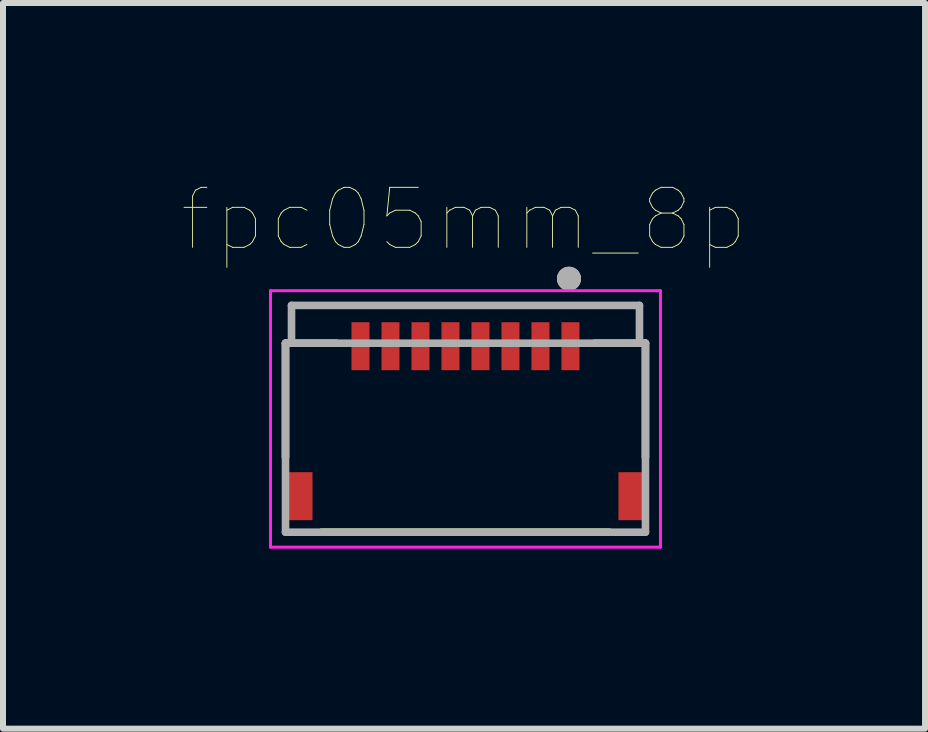
<source format=kicad_pcb>
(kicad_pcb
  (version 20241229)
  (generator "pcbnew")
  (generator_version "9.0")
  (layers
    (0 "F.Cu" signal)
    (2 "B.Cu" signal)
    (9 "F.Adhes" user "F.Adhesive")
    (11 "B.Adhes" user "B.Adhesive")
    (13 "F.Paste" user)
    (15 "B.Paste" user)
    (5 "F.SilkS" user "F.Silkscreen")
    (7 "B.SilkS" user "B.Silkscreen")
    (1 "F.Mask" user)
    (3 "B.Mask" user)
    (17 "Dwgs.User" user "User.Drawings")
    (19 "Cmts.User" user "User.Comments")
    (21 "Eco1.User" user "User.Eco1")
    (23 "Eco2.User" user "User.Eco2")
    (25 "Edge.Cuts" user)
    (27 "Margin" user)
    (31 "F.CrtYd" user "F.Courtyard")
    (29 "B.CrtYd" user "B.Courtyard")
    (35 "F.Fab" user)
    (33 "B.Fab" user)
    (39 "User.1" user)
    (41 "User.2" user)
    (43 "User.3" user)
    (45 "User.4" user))
  (footprint "fpc05mm_8p"
    (layer "F.Cu")
    (at 6.459 2.721)
    (property "Reference" "fpc05mm_8p" (at -1.775 -2.11 0) (layer "F.SilkS") (effects (font (size 1 1) (thickness 0.015))))
    (attr through_hole)
    (fp_line (start -4.75 -0.05) (end -4.75 1.85) (stroke (width 0.127) (type solid)) (layer "F.SilkS"))
    (fp_line (start -4.15 3.1) (end 0.65 3.1) (stroke (width 0.127) (type solid)) (layer "F.SilkS"))
    (fp_line (start -3.9 -0.05) (end -4.75 -0.05) (stroke (width 0.127) (type solid)) (layer "F.SilkS"))
    (fp_line (start 0.4 -0.05) (end 1.25 -0.05) (stroke (width 0.127) (type solid)) (layer "F.SilkS"))
    (fp_line (start 1.25 -0.05) (end 1.25 1.85) (stroke (width 0.127) (type solid)) (layer "F.SilkS"))
    (fp_circle (center -0.025 -1.125) (end 0.075 -1.125) (stroke (width 0.2) (type solid)) (fill no) (layer "F.SilkS"))
    (fp_line (start -5 -0.925) (end 1.5 -0.925) (stroke (width 0.05) (type solid)) (layer "F.CrtYd"))
    (fp_line (start -5 3.35) (end -5 -0.925) (stroke (width 0.05) (type solid)) (layer "F.CrtYd"))
    (fp_line (start 1.5 -0.925) (end 1.5 3.35) (stroke (width 0.05) (type solid)) (layer "F.CrtYd"))
    (fp_line (start 1.5 3.35) (end -5 3.35) (stroke (width 0.05) (type solid)) (layer "F.CrtYd"))
    (fp_line (start -4.75 -0.05) (end -4.65 -0.05) (stroke (width 0.127) (type solid)) (layer "F.Fab"))
    (fp_line (start -4.75 3.1) (end -4.75 -0.05) (stroke (width 0.127) (type solid)) (layer "F.Fab"))
    (fp_line (start -4.65 -0.68) (end 1.15 -0.68) (stroke (width 0.127) (type solid)) (layer "F.Fab"))
    (fp_line (start -4.65 -0.05) (end -4.65 -0.68) (stroke (width 0.127) (type solid)) (layer "F.Fab"))
    (fp_line (start -4.65 -0.05) (end 1.15 -0.05) (stroke (width 0.127) (type solid)) (layer "F.Fab"))
    (fp_line (start 1.15 -0.68) (end 1.15 -0.05) (stroke (width 0.127) (type solid)) (layer "F.Fab"))
    (fp_line (start 1.15 -0.05) (end 1.25 -0.05) (stroke (width 0.127) (type solid)) (layer "F.Fab"))
    (fp_line (start 1.25 -0.05) (end 1.25 3.1) (stroke (width 0.127) (type solid)) (layer "F.Fab"))
    (fp_line (start 1.25 3.1) (end -4.75 3.1) (stroke (width 0.127) (type solid)) (layer "F.Fab"))
    (fp_circle (center -0.025 -1.125) (end 0.075 -1.125) (stroke (width 0.2) (type solid)) (fill no) (layer "F.Fab"))
    (pad "1" smd rect (at 0 0) (size 0.3 0.8) (layers "F.Cu" "F.Mask" "F.Paste"))
    (pad "2" smd rect (at -0.5 0) (size 0.3 0.8) (layers "F.Cu" "F.Mask" "F.Paste"))
    (pad "3" smd rect (at -1 0) (size 0.3 0.8) (layers "F.Cu" "F.Mask" "F.Paste"))
    (pad "4" smd rect (at -1.5 0) (size 0.3 0.8) (layers "F.Cu" "F.Mask" "F.Paste"))
    (pad "5" smd rect (at -2 0) (size 0.3 0.8) (layers "F.Cu" "F.Mask" "F.Paste"))
    (pad "6" smd rect (at -2.5 0) (size 0.3 0.8) (layers "F.Cu" "F.Mask" "F.Paste"))
    (pad "7" smd rect (at -3 0) (size 0.3 0.8) (layers "F.Cu" "F.Mask" "F.Paste"))
    (pad "8" smd rect (at -3.5 0) (size 0.3 0.8) (layers "F.Cu" "F.Mask" "F.Paste"))
    (pad "S1" smd rect (at 1 2.5) (size 0.4 0.8) (layers "F.Cu" "F.Mask" "F.Paste"))
    (pad "S2" smd rect (at -4.5 2.5) (size 0.4 0.8) (layers "F.Cu" "F.Mask" "F.Paste")))
  (gr_rect
    (start -3 -3)
    (end 12.369 9.096)
    (stroke (width 0.1) (type default))
    (fill no)
    (layer "Edge.Cuts")))
</source>
